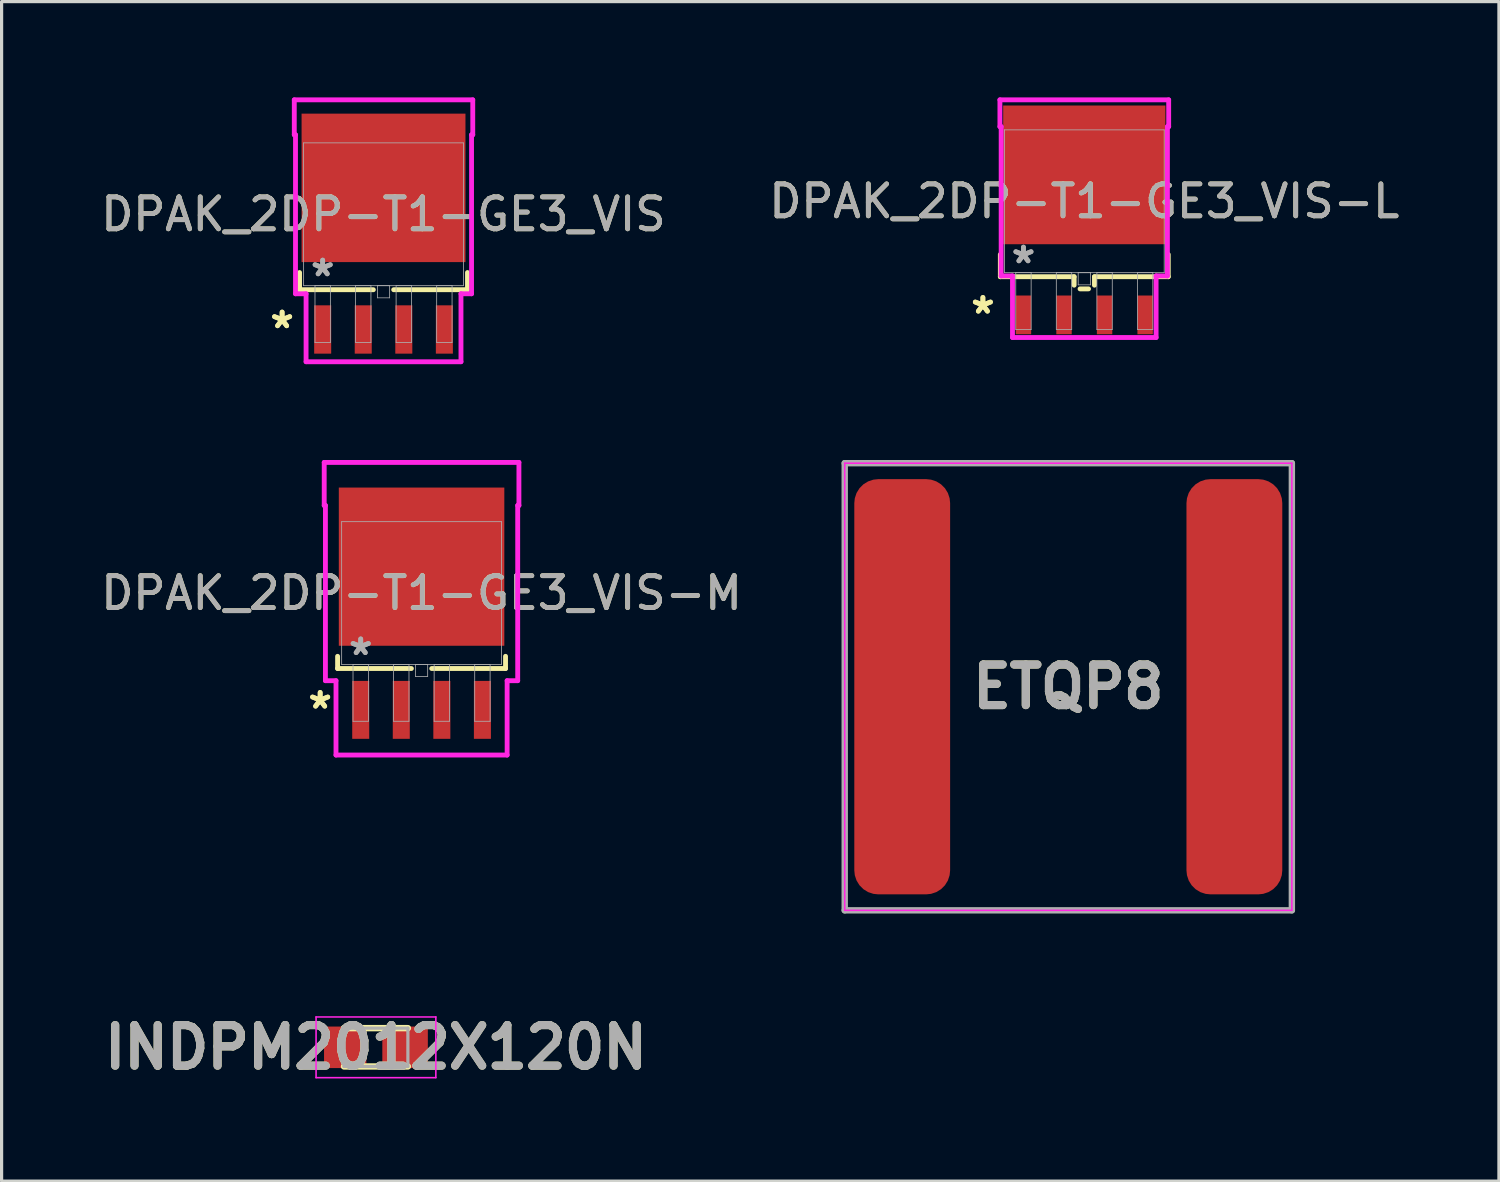
<source format=kicad_pcb>
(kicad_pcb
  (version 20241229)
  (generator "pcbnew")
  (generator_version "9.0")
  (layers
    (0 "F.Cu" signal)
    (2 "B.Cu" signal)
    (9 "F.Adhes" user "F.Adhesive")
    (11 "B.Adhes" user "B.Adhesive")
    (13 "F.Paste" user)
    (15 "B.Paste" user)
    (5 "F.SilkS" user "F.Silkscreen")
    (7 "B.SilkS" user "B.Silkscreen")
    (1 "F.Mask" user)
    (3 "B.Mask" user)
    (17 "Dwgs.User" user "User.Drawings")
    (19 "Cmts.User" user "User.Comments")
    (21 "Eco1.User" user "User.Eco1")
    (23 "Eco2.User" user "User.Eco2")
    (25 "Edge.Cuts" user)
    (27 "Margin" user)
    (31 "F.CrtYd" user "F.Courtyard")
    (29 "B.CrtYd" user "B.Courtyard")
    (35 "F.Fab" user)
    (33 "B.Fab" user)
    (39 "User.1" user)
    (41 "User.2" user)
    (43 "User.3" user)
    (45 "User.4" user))
  (footprint "DPAK_2DP-T1-GE3_VIS-M"
    (layer "F.Cu")
    (at 10.149 15.519)
    (property "Reference" "DPAK_2DP-T1-GE3_VIS-M" (at 0 0 0) (unlocked yes) (layer "F.SilkS") (effects (font (size 1 1) (thickness 0.15))))
    (attr smd)
    (fp_line (start -2.629 1.98) (end -2.629 2.362) (stroke (width 0.152) (type solid)) (layer "F.SilkS"))
    (fp_line (start -2.629 2.362) (end -0.318 2.362) (stroke (width 0.152) (type solid)) (layer "F.SilkS"))
    (fp_line (start 0.318 2.362) (end 2.629 2.362) (stroke (width 0.152) (type solid)) (layer "F.SilkS"))
    (fp_line (start 2.629 2.362) (end 2.629 1.98) (stroke (width 0.152) (type solid)) (layer "F.SilkS"))
    (fp_line (start -3.048 -4.091) (end 3.048 -4.091) (stroke (width 0.152) (type solid)) (layer "F.CrtYd"))
    (fp_line (start -3.048 -2.743) (end -3.048 -4.091) (stroke (width 0.152) (type solid)) (layer "F.CrtYd"))
    (fp_line (start -3.01 -2.743) (end -3.048 -2.743) (stroke (width 0.152) (type solid)) (layer "F.CrtYd"))
    (fp_line (start -3.01 2.743) (end -3.01 -2.743) (stroke (width 0.152) (type solid)) (layer "F.CrtYd"))
    (fp_line (start -2.679 2.743) (end -3.01 2.743) (stroke (width 0.152) (type solid)) (layer "F.CrtYd"))
    (fp_line (start -2.679 5.071) (end -2.679 2.743) (stroke (width 0.152) (type solid)) (layer "F.CrtYd"))
    (fp_line (start 2.679 2.743) (end 2.679 5.071) (stroke (width 0.152) (type solid)) (layer "F.CrtYd"))
    (fp_line (start 2.679 5.071) (end -2.679 5.071) (stroke (width 0.152) (type solid)) (layer "F.CrtYd"))
    (fp_line (start 3.01 -2.743) (end 3.01 2.743) (stroke (width 0.152) (type solid)) (layer "F.CrtYd"))
    (fp_line (start 3.01 2.743) (end 2.679 2.743) (stroke (width 0.152) (type solid)) (layer "F.CrtYd"))
    (fp_line (start 3.048 -4.091) (end 3.048 -2.743) (stroke (width 0.152) (type solid)) (layer "F.CrtYd"))
    (fp_line (start 3.048 -2.743) (end 3.01 -2.743) (stroke (width 0.152) (type solid)) (layer "F.CrtYd"))
    (fp_line (start -2.502 -2.235) (end -2.502 2.235) (stroke (width 0.025) (type solid)) (layer "F.Fab"))
    (fp_line (start -2.502 2.235) (end 2.502 2.235) (stroke (width 0.025) (type solid)) (layer "F.Fab"))
    (fp_line (start -2.146 2.235) (end -2.146 4.013) (stroke (width 0.025) (type solid)) (layer "F.Fab"))
    (fp_line (start -2.146 4.013) (end -1.664 4.013) (stroke (width 0.025) (type solid)) (layer "F.Fab"))
    (fp_line (start -1.664 2.235) (end -2.146 2.235) (stroke (width 0.025) (type solid)) (layer "F.Fab"))
    (fp_line (start -1.664 4.013) (end -1.664 2.235) (stroke (width 0.025) (type solid)) (layer "F.Fab"))
    (fp_line (start -0.876 2.235) (end -0.876 4.013) (stroke (width 0.025) (type solid)) (layer "F.Fab"))
    (fp_line (start -0.876 4.013) (end -0.394 4.013) (stroke (width 0.025) (type solid)) (layer "F.Fab"))
    (fp_line (start -0.394 2.235) (end -0.876 2.235) (stroke (width 0.025) (type solid)) (layer "F.Fab"))
    (fp_line (start -0.394 4.013) (end -0.394 2.235) (stroke (width 0.025) (type solid)) (layer "F.Fab"))
    (fp_line (start -0.191 2.235) (end -0.191 2.616) (stroke (width 0.025) (type solid)) (layer "F.Fab"))
    (fp_line (start -0.191 2.616) (end 0.191 2.616) (stroke (width 0.025) (type solid)) (layer "F.Fab"))
    (fp_line (start 0.191 2.235) (end -0.191 2.235) (stroke (width 0.025) (type solid)) (layer "F.Fab"))
    (fp_line (start 0.191 2.616) (end 0.191 2.235) (stroke (width 0.025) (type solid)) (layer "F.Fab"))
    (fp_line (start 0.394 2.235) (end 0.394 4.013) (stroke (width 0.025) (type solid)) (layer "F.Fab"))
    (fp_line (start 0.394 4.013) (end 0.876 4.013) (stroke (width 0.025) (type solid)) (layer "F.Fab"))
    (fp_line (start 0.876 2.235) (end 0.394 2.235) (stroke (width 0.025) (type solid)) (layer "F.Fab"))
    (fp_line (start 0.876 4.013) (end 0.876 2.235) (stroke (width 0.025) (type solid)) (layer "F.Fab"))
    (fp_line (start 1.664 2.235) (end 1.664 4.013) (stroke (width 0.025) (type solid)) (layer "F.Fab"))
    (fp_line (start 1.664 4.013) (end 2.146 4.013) (stroke (width 0.025) (type solid)) (layer "F.Fab"))
    (fp_line (start 2.146 2.235) (end 1.664 2.235) (stroke (width 0.025) (type solid)) (layer "F.Fab"))
    (fp_line (start 2.146 4.013) (end 2.146 2.235) (stroke (width 0.025) (type solid)) (layer "F.Fab"))
    (fp_line (start 2.502 -2.235) (end -2.502 -2.235) (stroke (width 0.025) (type solid)) (layer "F.Fab"))
    (fp_line (start 2.502 2.235) (end 2.502 -2.235) (stroke (width 0.025) (type solid)) (layer "F.Fab"))
    (fp_text user "*" (at -3.175 3.657 0) (layer "F.SilkS") (effects (font (size 1 1) (thickness 0.15))))
    (fp_text user "*" (at -3.175 3.657 0) (unlocked yes) (layer "F.SilkS") (effects (font (size 1 1) (thickness 0.15))))
    (fp_text user "*" (at -1.905 1.981 0) (unlocked yes) (layer "F.Fab") (effects (font (size 1 1) (thickness 0.15))))
    (fp_text user "${REFERENCE}" (at 0 0 0) (unlocked yes) (layer "F.Fab") (effects (font (size 1 1) (thickness 0.15))))
    (fp_text user "*" (at -1.905 1.981 0) (layer "F.Fab") (effects (font (size 1 1) (thickness 0.15))))
    (pad "1" smd rect (at -1.905 3.657) (size 0.533 1.813) (layers "F.Cu" "F.Mask" "F.Paste"))
    (pad "2" smd rect (at -0.635 3.657) (size 0.533 1.813) (layers "F.Cu" "F.Mask" "F.Paste"))
    (pad "3" smd rect (at 0.635 3.657) (size 0.533 1.813) (layers "F.Cu" "F.Mask" "F.Paste"))
    (pad "4" smd rect (at 1.905 3.657) (size 0.533 1.813) (layers "F.Cu" "F.Mask" "F.Paste"))
    (pad "5" smd rect (at 0 -0.827) (size 5.182 4.953) (layers "F.Cu" "F.Mask" "F.Paste")))
  (footprint "DPAK_2DP-T1-GE3_VIS"
    (layer "F.Cu")
    (at 8.958 3.659)
    (property "Reference" "DPAK_2DP-T1-GE3_VIS" (at 0 0 0) (unlocked yes) (layer "F.SilkS") (effects (font (size 1 1) (thickness 0.15))))
    (attr smd)
    (fp_line (start -2.629 1.824) (end -2.629 2.362) (stroke (width 0.152) (type solid)) (layer "F.SilkS"))
    (fp_line (start -2.629 2.362) (end -0.318 2.362) (stroke (width 0.152) (type solid)) (layer "F.SilkS"))
    (fp_line (start 0.318 2.362) (end 2.629 2.362) (stroke (width 0.152) (type solid)) (layer "F.SilkS"))
    (fp_line (start 2.629 2.362) (end 2.629 1.824) (stroke (width 0.152) (type solid)) (layer "F.SilkS"))
    (fp_line (start -2.794 -3.583) (end 2.794 -3.583) (stroke (width 0.152) (type solid)) (layer "F.CrtYd"))
    (fp_line (start -2.794 -2.489) (end -2.794 -3.583) (stroke (width 0.152) (type solid)) (layer "F.CrtYd"))
    (fp_line (start -2.756 -2.489) (end -2.794 -2.489) (stroke (width 0.152) (type solid)) (layer "F.CrtYd"))
    (fp_line (start -2.756 2.489) (end -2.756 -2.489) (stroke (width 0.152) (type solid)) (layer "F.CrtYd"))
    (fp_line (start -2.425 2.489) (end -2.756 2.489) (stroke (width 0.152) (type solid)) (layer "F.CrtYd"))
    (fp_line (start -2.425 4.617) (end -2.425 2.489) (stroke (width 0.152) (type solid)) (layer "F.CrtYd"))
    (fp_line (start 2.425 2.489) (end 2.425 4.617) (stroke (width 0.152) (type solid)) (layer "F.CrtYd"))
    (fp_line (start 2.425 4.617) (end -2.425 4.617) (stroke (width 0.152) (type solid)) (layer "F.CrtYd"))
    (fp_line (start 2.756 -2.489) (end 2.756 2.489) (stroke (width 0.152) (type solid)) (layer "F.CrtYd"))
    (fp_line (start 2.756 2.489) (end 2.425 2.489) (stroke (width 0.152) (type solid)) (layer "F.CrtYd"))
    (fp_line (start 2.794 -3.583) (end 2.794 -2.489) (stroke (width 0.152) (type solid)) (layer "F.CrtYd"))
    (fp_line (start 2.794 -2.489) (end 2.756 -2.489) (stroke (width 0.152) (type solid)) (layer "F.CrtYd"))
    (fp_line (start -2.502 -2.235) (end -2.502 2.235) (stroke (width 0.025) (type solid)) (layer "F.Fab"))
    (fp_line (start -2.502 2.235) (end 2.502 2.235) (stroke (width 0.025) (type solid)) (layer "F.Fab"))
    (fp_line (start -2.146 2.235) (end -2.146 4.013) (stroke (width 0.025) (type solid)) (layer "F.Fab"))
    (fp_line (start -2.146 4.013) (end -1.664 4.013) (stroke (width 0.025) (type solid)) (layer "F.Fab"))
    (fp_line (start -1.664 2.235) (end -2.146 2.235) (stroke (width 0.025) (type solid)) (layer "F.Fab"))
    (fp_line (start -1.664 4.013) (end -1.664 2.235) (stroke (width 0.025) (type solid)) (layer "F.Fab"))
    (fp_line (start -0.876 2.235) (end -0.876 4.013) (stroke (width 0.025) (type solid)) (layer "F.Fab"))
    (fp_line (start -0.876 4.013) (end -0.394 4.013) (stroke (width 0.025) (type solid)) (layer "F.Fab"))
    (fp_line (start -0.394 2.235) (end -0.876 2.235) (stroke (width 0.025) (type solid)) (layer "F.Fab"))
    (fp_line (start -0.394 4.013) (end -0.394 2.235) (stroke (width 0.025) (type solid)) (layer "F.Fab"))
    (fp_line (start -0.191 2.235) (end -0.191 2.616) (stroke (width 0.025) (type solid)) (layer "F.Fab"))
    (fp_line (start -0.191 2.616) (end 0.191 2.616) (stroke (width 0.025) (type solid)) (layer "F.Fab"))
    (fp_line (start 0.191 2.235) (end -0.191 2.235) (stroke (width 0.025) (type solid)) (layer "F.Fab"))
    (fp_line (start 0.191 2.616) (end 0.191 2.235) (stroke (width 0.025) (type solid)) (layer "F.Fab"))
    (fp_line (start 0.394 2.235) (end 0.394 4.013) (stroke (width 0.025) (type solid)) (layer "F.Fab"))
    (fp_line (start 0.394 4.013) (end 0.876 4.013) (stroke (width 0.025) (type solid)) (layer "F.Fab"))
    (fp_line (start 0.876 2.235) (end 0.394 2.235) (stroke (width 0.025) (type solid)) (layer "F.Fab"))
    (fp_line (start 0.876 4.013) (end 0.876 2.235) (stroke (width 0.025) (type solid)) (layer "F.Fab"))
    (fp_line (start 1.664 2.235) (end 1.664 4.013) (stroke (width 0.025) (type solid)) (layer "F.Fab"))
    (fp_line (start 1.664 4.013) (end 2.146 4.013) (stroke (width 0.025) (type solid)) (layer "F.Fab"))
    (fp_line (start 2.146 2.235) (end 1.664 2.235) (stroke (width 0.025) (type solid)) (layer "F.Fab"))
    (fp_line (start 2.146 4.013) (end 2.146 2.235) (stroke (width 0.025) (type solid)) (layer "F.Fab"))
    (fp_line (start 2.502 -2.235) (end -2.502 -2.235) (stroke (width 0.025) (type solid)) (layer "F.Fab"))
    (fp_line (start 2.502 2.235) (end 2.502 -2.235) (stroke (width 0.025) (type solid)) (layer "F.Fab"))
    (fp_text user "*" (at -3.175 3.607 0) (layer "F.SilkS") (effects (font (size 1 1) (thickness 0.15))))
    (fp_text user "*" (at -3.175 3.607 0) (unlocked yes) (layer "F.SilkS") (effects (font (size 1 1) (thickness 0.15))))
    (fp_text user "${REFERENCE}" (at 0 0 0) (unlocked yes) (layer "F.Fab") (effects (font (size 1 1) (thickness 0.15))))
    (fp_text user "*" (at -1.905 1.981 0) (layer "F.Fab") (effects (font (size 1 1) (thickness 0.15))))
    (fp_text user "*" (at -1.905 1.981 0) (unlocked yes) (layer "F.Fab") (effects (font (size 1 1) (thickness 0.15))))
    (pad "1" smd rect (at -1.905 3.607) (size 0.533 1.513) (layers "F.Cu" "F.Mask" "F.Paste"))
    (pad "2" smd rect (at -0.635 3.607) (size 0.533 1.513) (layers "F.Cu" "F.Mask" "F.Paste"))
    (pad "3" smd rect (at 0.635 3.607) (size 0.533 1.513) (layers "F.Cu" "F.Mask" "F.Paste"))
    (pad "4" smd rect (at 1.905 3.607) (size 0.533 1.513) (layers "F.Cu" "F.Mask" "F.Paste"))
    (pad "5" smd rect (at 0 -0.827) (size 5.131 4.648) (layers "F.Cu" "F.Mask" "F.Paste")))
  (footprint "DPAK_2DP-T1-GE3_VIS-L"
    (layer "F.Cu")
    (at 30.899 3.252)
    (property "Reference" "DPAK_2DP-T1-GE3_VIS-L" (at 0 0 0) (unlocked yes) (layer "F.SilkS") (effects (font (size 1 1) (thickness 0.15))))
    (attr smd)
    (fp_line (start -2.629 1.666) (end -2.629 2.362) (stroke (width 0.152) (type solid)) (layer "F.SilkS"))
    (fp_line (start -2.629 2.362) (end -0.318 2.362) (stroke (width 0.152) (type solid)) (layer "F.SilkS"))
    (fp_line (start -0.318 2.362) (end -0.318 2.627) (stroke (width 0.152) (type solid)) (layer "F.SilkS"))
    (fp_line (start -0.133 2.743) (end 0.133 2.743) (stroke (width 0.152) (type solid)) (layer "F.SilkS"))
    (fp_line (start 0.318 2.362) (end 2.629 2.362) (stroke (width 0.152) (type solid)) (layer "F.SilkS"))
    (fp_line (start 0.318 2.627) (end 0.318 2.362) (stroke (width 0.152) (type solid)) (layer "F.SilkS"))
    (fp_line (start 2.629 2.362) (end 2.629 1.666) (stroke (width 0.152) (type solid)) (layer "F.SilkS"))
    (fp_line (start -2.642 -3.176) (end 2.642 -3.176) (stroke (width 0.152) (type solid)) (layer "F.CrtYd"))
    (fp_line (start -2.642 -2.337) (end -2.642 -3.176) (stroke (width 0.152) (type solid)) (layer "F.CrtYd"))
    (fp_line (start -2.603 -2.337) (end -2.642 -2.337) (stroke (width 0.152) (type solid)) (layer "F.CrtYd"))
    (fp_line (start -2.603 2.337) (end -2.603 -2.337) (stroke (width 0.152) (type solid)) (layer "F.CrtYd"))
    (fp_line (start -2.248 2.337) (end -2.603 2.337) (stroke (width 0.152) (type solid)) (layer "F.CrtYd"))
    (fp_line (start -2.248 4.265) (end -2.248 2.337) (stroke (width 0.152) (type solid)) (layer "F.CrtYd"))
    (fp_line (start 2.248 2.337) (end 2.248 4.265) (stroke (width 0.152) (type solid)) (layer "F.CrtYd"))
    (fp_line (start 2.248 4.265) (end -2.248 4.265) (stroke (width 0.152) (type solid)) (layer "F.CrtYd"))
    (fp_line (start 2.603 -2.337) (end 2.603 2.337) (stroke (width 0.152) (type solid)) (layer "F.CrtYd"))
    (fp_line (start 2.603 2.337) (end 2.248 2.337) (stroke (width 0.152) (type solid)) (layer "F.CrtYd"))
    (fp_line (start 2.642 -3.176) (end 2.642 -2.337) (stroke (width 0.152) (type solid)) (layer "F.CrtYd"))
    (fp_line (start 2.642 -2.337) (end 2.603 -2.337) (stroke (width 0.152) (type solid)) (layer "F.CrtYd"))
    (fp_line (start -2.502 -2.235) (end -2.502 2.235) (stroke (width 0.025) (type solid)) (layer "F.Fab"))
    (fp_line (start -2.502 2.235) (end 2.502 2.235) (stroke (width 0.025) (type solid)) (layer "F.Fab"))
    (fp_line (start -2.146 2.235) (end -2.146 4.013) (stroke (width 0.025) (type solid)) (layer "F.Fab"))
    (fp_line (start -2.146 4.013) (end -1.664 4.013) (stroke (width 0.025) (type solid)) (layer "F.Fab"))
    (fp_line (start -1.664 2.235) (end -2.146 2.235) (stroke (width 0.025) (type solid)) (layer "F.Fab"))
    (fp_line (start -1.664 4.013) (end -1.664 2.235) (stroke (width 0.025) (type solid)) (layer "F.Fab"))
    (fp_line (start -0.876 2.235) (end -0.876 4.013) (stroke (width 0.025) (type solid)) (layer "F.Fab"))
    (fp_line (start -0.876 4.013) (end -0.394 4.013) (stroke (width 0.025) (type solid)) (layer "F.Fab"))
    (fp_line (start -0.394 2.235) (end -0.876 2.235) (stroke (width 0.025) (type solid)) (layer "F.Fab"))
    (fp_line (start -0.394 4.013) (end -0.394 2.235) (stroke (width 0.025) (type solid)) (layer "F.Fab"))
    (fp_line (start -0.191 2.235) (end -0.191 2.616) (stroke (width 0.025) (type solid)) (layer "F.Fab"))
    (fp_line (start -0.191 2.616) (end 0.191 2.616) (stroke (width 0.025) (type solid)) (layer "F.Fab"))
    (fp_line (start 0.191 2.235) (end -0.191 2.235) (stroke (width 0.025) (type solid)) (layer "F.Fab"))
    (fp_line (start 0.191 2.616) (end 0.191 2.235) (stroke (width 0.025) (type solid)) (layer "F.Fab"))
    (fp_line (start 0.394 2.235) (end 0.394 4.013) (stroke (width 0.025) (type solid)) (layer "F.Fab"))
    (fp_line (start 0.394 4.013) (end 0.876 4.013) (stroke (width 0.025) (type solid)) (layer "F.Fab"))
    (fp_line (start 0.876 2.235) (end 0.394 2.235) (stroke (width 0.025) (type solid)) (layer "F.Fab"))
    (fp_line (start 0.876 4.013) (end 0.876 2.235) (stroke (width 0.025) (type solid)) (layer "F.Fab"))
    (fp_line (start 1.664 2.235) (end 1.664 4.013) (stroke (width 0.025) (type solid)) (layer "F.Fab"))
    (fp_line (start 1.664 4.013) (end 2.146 4.013) (stroke (width 0.025) (type solid)) (layer "F.Fab"))
    (fp_line (start 2.146 2.235) (end 1.664 2.235) (stroke (width 0.025) (type solid)) (layer "F.Fab"))
    (fp_line (start 2.146 4.013) (end 2.146 2.235) (stroke (width 0.025) (type solid)) (layer "F.Fab"))
    (fp_line (start 2.502 -2.235) (end -2.502 -2.235) (stroke (width 0.025) (type solid)) (layer "F.Fab"))
    (fp_line (start 2.502 2.235) (end 2.502 -2.235) (stroke (width 0.025) (type solid)) (layer "F.Fab"))
    (fp_text user "*" (at -3.175 3.557 0) (layer "F.SilkS") (effects (font (size 1 1) (thickness 0.15))))
    (fp_text user "*" (at -3.175 3.557 0) (unlocked yes) (layer "F.SilkS") (effects (font (size 1 1) (thickness 0.15))))
    (fp_text user "*" (at -1.905 1.981 0) (unlocked yes) (layer "F.Fab") (effects (font (size 1 1) (thickness 0.15))))
    (fp_text user "*" (at -1.905 1.981 0) (layer "F.Fab") (effects (font (size 1 1) (thickness 0.15))))
    (fp_text user "${REFERENCE}" (at 0 0 0) (unlocked yes) (layer "F.Fab") (effects (font (size 1 1) (thickness 0.15))))
    (pad "1" smd rect (at -1.905 3.557) (size 0.483 1.213) (layers "F.Cu" "F.Mask" "F.Paste"))
    (pad "2" smd rect (at -0.635 3.557) (size 0.483 1.213) (layers "F.Cu" "F.Mask" "F.Paste"))
    (pad "3" smd rect (at 0.635 3.557) (size 0.483 1.213) (layers "F.Cu" "F.Mask" "F.Paste"))
    (pad "4" smd rect (at 1.905 3.557) (size 0.483 1.213) (layers "F.Cu" "F.Mask" "F.Paste"))
    (pad "5" smd rect (at 0 -0.827) (size 5.08 4.343) (layers "F.Cu" "F.Mask" "F.Paste")))
  (footprint "INDPM2012X120N"
    (layer "F.Cu")
    (at 8.721 29.741)
    (property "Reference" "INDPM2012X120N" (at 0 0 0) (layer "F.SilkS") (effects (font (size 1.27 1.27) (thickness 0.254))))
    (attr smd)
    (fp_line (start -1 0.6) (end 1 0.6) (stroke (width 0.2) (type solid)) (layer "F.SilkS"))
    (fp_line (start 1 -0.6) (end -1 -0.6) (stroke (width 0.2) (type solid)) (layer "F.SilkS"))
    (fp_line (start -1.875 -0.95) (end 1.875 -0.95) (stroke (width 0.05) (type solid)) (layer "F.CrtYd"))
    (fp_line (start -1.875 0.95) (end -1.875 -0.95) (stroke (width 0.05) (type solid)) (layer "F.CrtYd"))
    (fp_line (start 1.875 -0.95) (end 1.875 0.95) (stroke (width 0.05) (type solid)) (layer "F.CrtYd"))
    (fp_line (start 1.875 0.95) (end -1.875 0.95) (stroke (width 0.05) (type solid)) (layer "F.CrtYd"))
    (fp_line (start -1 -0.6) (end 1 -0.6) (stroke (width 0.1) (type solid)) (layer "F.Fab"))
    (fp_line (start -1 0.6) (end -1 -0.6) (stroke (width 0.1) (type solid)) (layer "F.Fab"))
    (fp_line (start 1 -0.6) (end 1 0.6) (stroke (width 0.1) (type solid)) (layer "F.Fab"))
    (fp_line (start 1 0.6) (end -1 0.6) (stroke (width 0.1) (type solid)) (layer "F.Fab"))
    (fp_text user "${REFERENCE}" (at 0 0 0) (layer "F.Fab") (effects (font (size 1.27 1.27) (thickness 0.254))))
    (pad "1" smd rect (at -0.963 0 90) (size 1.3 1.325) (layers "F.Cu" "F.Mask" "F.Paste"))
    (pad "2" smd rect (at 0.912 0 90) (size 1.3 1.425) (layers "F.Cu" "F.Mask" "F.Paste")))
  (footprint "ETQP8"
    (layer "F.Cu")
    (at 30.398 18.452)
    (property "Reference" "ETQP8" (at 0 0 0) (layer "F.SilkS") (effects (font (size 1.27 1.27) (thickness 0.254))))
    (attr smd)
    (fp_line (start -7 -7) (end 7 -7) (stroke (width 0.05) (type solid)) (layer "F.CrtYd"))
    (fp_line (start -7 7) (end -7 -7) (stroke (width 0.05) (type solid)) (layer "F.CrtYd"))
    (fp_line (start 7 -7) (end 7 7) (stroke (width 0.05) (type solid)) (layer "F.CrtYd"))
    (fp_line (start 7 7) (end -7 7) (stroke (width 0.05) (type solid)) (layer "F.CrtYd"))
    (fp_line (start -7 -7) (end 7 -7) (stroke (width 0.2) (type solid)) (layer "F.Fab"))
    (fp_line (start -7 7) (end -7 -7) (stroke (width 0.2) (type solid)) (layer "F.Fab"))
    (fp_line (start 7 -7) (end 7 7) (stroke (width 0.2) (type solid)) (layer "F.Fab"))
    (fp_line (start 7 7) (end -7 7) (stroke (width 0.2) (type solid)) (layer "F.Fab"))
    (fp_text user "${REFERENCE}" (at 0 0 0) (layer "F.Fab") (effects (font (size 1.27 1.27) (thickness 0.254))))
    (pad "1" smd roundrect (at -5.2 0) (size 3 13) (layers "F.Cu" "F.Mask" "F.Paste") (roundrect_rratio 0.25))
    (pad "2" smd roundrect (at 5.2 0) (size 3 13) (layers "F.Cu" "F.Mask" "F.Paste") (roundrect_rratio 0.25)))
  (gr_rect
    (start -3 -3)
    (end 43.881 33.93)
    (stroke (width 0.1) (type default))
    (fill no)
    (layer "Edge.Cuts")))
</source>
